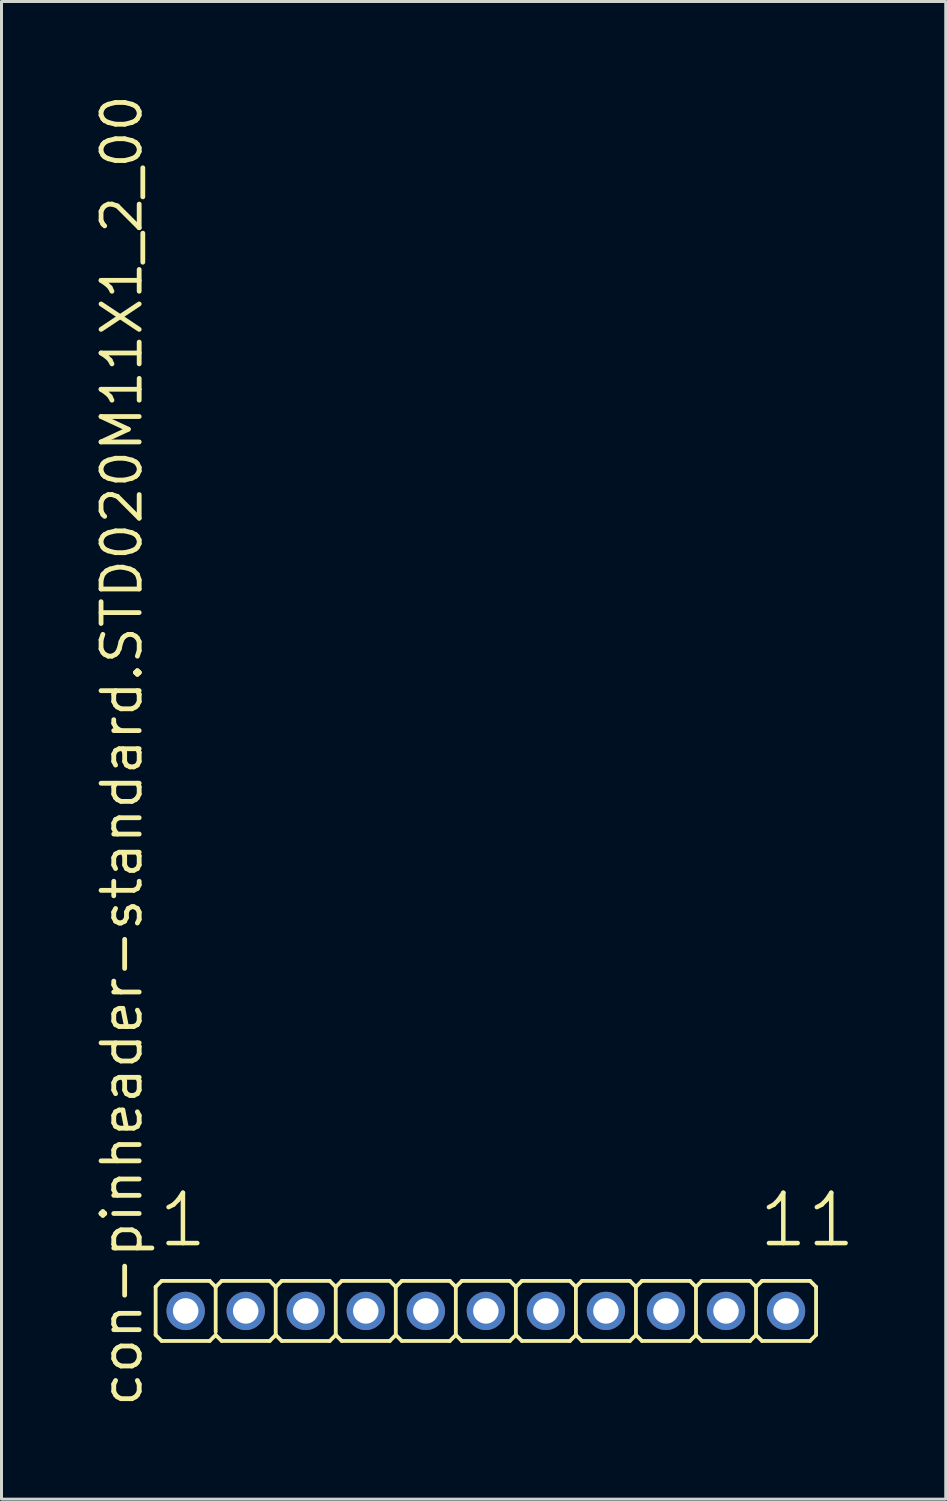
<source format=kicad_pcb>
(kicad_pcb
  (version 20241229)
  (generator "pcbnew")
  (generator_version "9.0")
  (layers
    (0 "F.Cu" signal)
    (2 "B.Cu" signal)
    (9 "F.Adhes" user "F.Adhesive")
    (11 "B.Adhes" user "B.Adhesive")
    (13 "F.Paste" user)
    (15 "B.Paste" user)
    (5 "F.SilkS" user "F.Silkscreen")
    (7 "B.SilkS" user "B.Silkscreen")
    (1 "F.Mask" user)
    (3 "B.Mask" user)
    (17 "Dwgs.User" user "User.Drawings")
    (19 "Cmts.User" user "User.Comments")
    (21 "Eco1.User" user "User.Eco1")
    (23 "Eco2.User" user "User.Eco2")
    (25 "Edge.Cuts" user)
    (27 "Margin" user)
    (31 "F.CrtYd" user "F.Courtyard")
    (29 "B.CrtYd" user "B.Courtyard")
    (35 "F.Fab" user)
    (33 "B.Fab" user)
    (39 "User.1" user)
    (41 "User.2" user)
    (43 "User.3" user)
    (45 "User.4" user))
  (footprint "con-pinheader-standard.STD020M11X1_2_00"
    (layer "F.Cu")
    (at 13.135 40.62)
    (property "Reference" "con-pinheader-standard.STD020M11X1_2_00" (at -11.385 3.27 90) (layer "F.SilkS") (effects (font (size 1.27 1.27) (thickness 0.16)) (justify left bottom)))
    (attr through_hole)
    (fp_line (start -11 0.8) (end -11 -0.8) (stroke (width 0.127) (type default)) (layer "F.SilkS"))
    (fp_line (start -10.8 -1) (end -11 -0.8) (stroke (width 0.127) (type default)) (layer "F.SilkS"))
    (fp_line (start -10.8 -1) (end -9.2 -1) (stroke (width 0.127) (type default)) (layer "F.SilkS"))
    (fp_line (start -10.8 1) (end -11 0.8) (stroke (width 0.127) (type default)) (layer "F.SilkS"))
    (fp_line (start -9.2 -1) (end -9 -0.8) (stroke (width 0.127) (type default)) (layer "F.SilkS"))
    (fp_line (start -9.2 1) (end -10.8 1) (stroke (width 0.127) (type default)) (layer "F.SilkS"))
    (fp_line (start -9.2 1) (end -9 0.8) (stroke (width 0.127) (type default)) (layer "F.SilkS"))
    (fp_line (start -9 -0.8) (end -9 0.7) (stroke (width 0.127) (type default)) (layer "F.SilkS"))
    (fp_line (start -8.8 -1) (end -9 -0.8) (stroke (width 0.127) (type default)) (layer "F.SilkS"))
    (fp_line (start -8.8 -1) (end -7.2 -1) (stroke (width 0.127) (type default)) (layer "F.SilkS"))
    (fp_line (start -8.8 1) (end -9 0.8) (stroke (width 0.127) (type default)) (layer "F.SilkS"))
    (fp_line (start -7.2 -1) (end -7 -0.8) (stroke (width 0.127) (type default)) (layer "F.SilkS"))
    (fp_line (start -7.2 1) (end -8.8 1) (stroke (width 0.127) (type default)) (layer "F.SilkS"))
    (fp_line (start -7.2 1) (end -7 0.8) (stroke (width 0.127) (type default)) (layer "F.SilkS"))
    (fp_line (start -7 -0.8) (end -7 0.8) (stroke (width 0.127) (type default)) (layer "F.SilkS"))
    (fp_line (start -6.8 -1) (end -7 -0.8) (stroke (width 0.127) (type default)) (layer "F.SilkS"))
    (fp_line (start -6.8 -1) (end -5.2 -1) (stroke (width 0.127) (type default)) (layer "F.SilkS"))
    (fp_line (start -6.8 1) (end -7 0.8) (stroke (width 0.127) (type default)) (layer "F.SilkS"))
    (fp_line (start -5.2 -1) (end -5 -0.8) (stroke (width 0.127) (type default)) (layer "F.SilkS"))
    (fp_line (start -5.2 1) (end -6.8 1) (stroke (width 0.127) (type default)) (layer "F.SilkS"))
    (fp_line (start -5.2 1) (end -5 0.8) (stroke (width 0.127) (type default)) (layer "F.SilkS"))
    (fp_line (start -5 -0.8) (end -5 0.8) (stroke (width 0.127) (type default)) (layer "F.SilkS"))
    (fp_line (start -4.8 -1) (end -5 -0.8) (stroke (width 0.127) (type default)) (layer "F.SilkS"))
    (fp_line (start -4.8 -1) (end -3.2 -1) (stroke (width 0.127) (type default)) (layer "F.SilkS"))
    (fp_line (start -4.8 1) (end -5 0.8) (stroke (width 0.127) (type default)) (layer "F.SilkS"))
    (fp_line (start -3.2 -1) (end -3 -0.8) (stroke (width 0.127) (type default)) (layer "F.SilkS"))
    (fp_line (start -3.2 1) (end -4.8 1) (stroke (width 0.127) (type default)) (layer "F.SilkS"))
    (fp_line (start -3.2 1) (end -3 0.8) (stroke (width 0.127) (type default)) (layer "F.SilkS"))
    (fp_line (start -3 -0.8) (end -3 0.8) (stroke (width 0.127) (type default)) (layer "F.SilkS"))
    (fp_line (start -2.8 -1) (end -3 -0.8) (stroke (width 0.127) (type default)) (layer "F.SilkS"))
    (fp_line (start -2.8 -1) (end -1.2 -1) (stroke (width 0.127) (type default)) (layer "F.SilkS"))
    (fp_line (start -2.8 1) (end -3 0.8) (stroke (width 0.127) (type default)) (layer "F.SilkS"))
    (fp_line (start -1.2 -1) (end -1 -0.8) (stroke (width 0.127) (type default)) (layer "F.SilkS"))
    (fp_line (start -1.2 1) (end -2.8 1) (stroke (width 0.127) (type default)) (layer "F.SilkS"))
    (fp_line (start -1.2 1) (end -1 0.8) (stroke (width 0.127) (type default)) (layer "F.SilkS"))
    (fp_line (start -1 -0.8) (end -1 0.8) (stroke (width 0.127) (type default)) (layer "F.SilkS"))
    (fp_line (start -0.8 -1) (end -1 -0.8) (stroke (width 0.127) (type default)) (layer "F.SilkS"))
    (fp_line (start -0.8 -1) (end 0.8 -1) (stroke (width 0.127) (type default)) (layer "F.SilkS"))
    (fp_line (start -0.8 1) (end -1 0.8) (stroke (width 0.127) (type default)) (layer "F.SilkS"))
    (fp_line (start 0.8 -1) (end 1 -0.8) (stroke (width 0.127) (type default)) (layer "F.SilkS"))
    (fp_line (start 0.8 1) (end -0.8 1) (stroke (width 0.127) (type default)) (layer "F.SilkS"))
    (fp_line (start 0.8 1) (end 1 0.8) (stroke (width 0.127) (type default)) (layer "F.SilkS"))
    (fp_line (start 1 -0.8) (end 1 0.8) (stroke (width 0.127) (type default)) (layer "F.SilkS"))
    (fp_line (start 1.2 -1) (end 1 -0.8) (stroke (width 0.127) (type default)) (layer "F.SilkS"))
    (fp_line (start 1.2 -1) (end 2.8 -1) (stroke (width 0.127) (type default)) (layer "F.SilkS"))
    (fp_line (start 1.2 1) (end 1 0.8) (stroke (width 0.127) (type default)) (layer "F.SilkS"))
    (fp_line (start 2.8 -1) (end 3 -0.8) (stroke (width 0.127) (type default)) (layer "F.SilkS"))
    (fp_line (start 2.8 1) (end 1.2 1) (stroke (width 0.127) (type default)) (layer "F.SilkS"))
    (fp_line (start 2.8 1) (end 3 0.8) (stroke (width 0.127) (type default)) (layer "F.SilkS"))
    (fp_line (start 3 -0.8) (end 3 0.8) (stroke (width 0.127) (type default)) (layer "F.SilkS"))
    (fp_line (start 3.2 -1) (end 3 -0.8) (stroke (width 0.127) (type default)) (layer "F.SilkS"))
    (fp_line (start 3.2 -1) (end 4.8 -1) (stroke (width 0.127) (type default)) (layer "F.SilkS"))
    (fp_line (start 3.2 1) (end 3 0.8) (stroke (width 0.127) (type default)) (layer "F.SilkS"))
    (fp_line (start 4.8 -1) (end 5 -0.8) (stroke (width 0.127) (type default)) (layer "F.SilkS"))
    (fp_line (start 4.8 1) (end 3.2 1) (stroke (width 0.127) (type default)) (layer "F.SilkS"))
    (fp_line (start 4.8 1) (end 5 0.8) (stroke (width 0.127) (type default)) (layer "F.SilkS"))
    (fp_line (start 5 -0.8) (end 5 0.8) (stroke (width 0.127) (type default)) (layer "F.SilkS"))
    (fp_line (start 5.2 -1) (end 5 -0.8) (stroke (width 0.127) (type default)) (layer "F.SilkS"))
    (fp_line (start 5.2 -1) (end 6.8 -1) (stroke (width 0.127) (type default)) (layer "F.SilkS"))
    (fp_line (start 5.2 1) (end 5 0.8) (stroke (width 0.127) (type default)) (layer "F.SilkS"))
    (fp_line (start 6.8 -1) (end 7 -0.8) (stroke (width 0.127) (type default)) (layer "F.SilkS"))
    (fp_line (start 6.8 1) (end 5.2 1) (stroke (width 0.127) (type default)) (layer "F.SilkS"))
    (fp_line (start 6.8 1) (end 7 0.8) (stroke (width 0.127) (type default)) (layer "F.SilkS"))
    (fp_line (start 7 -0.8) (end 7 0.8) (stroke (width 0.127) (type default)) (layer "F.SilkS"))
    (fp_line (start 7.2 -1) (end 7 -0.8) (stroke (width 0.127) (type default)) (layer "F.SilkS"))
    (fp_line (start 7.2 -1) (end 8.8 -1) (stroke (width 0.127) (type default)) (layer "F.SilkS"))
    (fp_line (start 7.2 1) (end 7 0.8) (stroke (width 0.127) (type default)) (layer "F.SilkS"))
    (fp_line (start 8.8 -1) (end 9 -0.8) (stroke (width 0.127) (type default)) (layer "F.SilkS"))
    (fp_line (start 8.8 1) (end 7.2 1) (stroke (width 0.127) (type default)) (layer "F.SilkS"))
    (fp_line (start 8.8 1) (end 9 0.8) (stroke (width 0.127) (type default)) (layer "F.SilkS"))
    (fp_line (start 9 -0.8) (end 9 0.8) (stroke (width 0.127) (type default)) (layer "F.SilkS"))
    (fp_line (start 9.2 -1) (end 9 -0.8) (stroke (width 0.127) (type default)) (layer "F.SilkS"))
    (fp_line (start 9.2 -1) (end 10.8 -1) (stroke (width 0.127) (type default)) (layer "F.SilkS"))
    (fp_line (start 9.2 1) (end 9 0.8) (stroke (width 0.127) (type default)) (layer "F.SilkS"))
    (fp_line (start 10.8 -1) (end 11 -0.8) (stroke (width 0.127) (type default)) (layer "F.SilkS"))
    (fp_line (start 10.8 1) (end 9.2 1) (stroke (width 0.127) (type default)) (layer "F.SilkS"))
    (fp_line (start 10.8 1) (end 11 0.8) (stroke (width 0.127) (type default)) (layer "F.SilkS"))
    (fp_line (start 11 -0.8) (end 11 0.8) (stroke (width 0.127) (type default)) (layer "F.SilkS"))
    (fp_rect (start -10.25 0.25) (end -9.75 -0.25) (stroke (width 0.05) (type default)) (fill no) (layer "F.Fab"))
    (fp_rect (start -8.25 0.25) (end -7.75 -0.25) (stroke (width 0.05) (type default)) (fill no) (layer "F.Fab"))
    (fp_rect (start -6.25 0.25) (end -5.75 -0.25) (stroke (width 0.05) (type default)) (fill no) (layer "F.Fab"))
    (fp_rect (start -4.25 0.25) (end -3.75 -0.25) (stroke (width 0.05) (type default)) (fill no) (layer "F.Fab"))
    (fp_rect (start -2.25 0.25) (end -1.75 -0.25) (stroke (width 0.05) (type default)) (fill no) (layer "F.Fab"))
    (fp_rect (start -0.25 0.25) (end 0.25 -0.25) (stroke (width 0.05) (type default)) (fill no) (layer "F.Fab"))
    (fp_rect (start 1.75 0.25) (end 2.25 -0.25) (stroke (width 0.05) (type default)) (fill no) (layer "F.Fab"))
    (fp_rect (start 3.75 0.25) (end 4.25 -0.25) (stroke (width 0.05) (type default)) (fill no) (layer "F.Fab"))
    (fp_rect (start 5.75 0.25) (end 6.25 -0.25) (stroke (width 0.05) (type default)) (fill no) (layer "F.Fab"))
    (fp_rect (start 7.75 0.25) (end 8.25 -0.25) (stroke (width 0.05) (type default)) (fill no) (layer "F.Fab"))
    (fp_rect (start 9.75 0.25) (end 10.25 -0.25) (stroke (width 0.05) (type default)) (fill no) (layer "F.Fab"))
    (fp_text user "1" (at -10.988 -2.048 0) (layer "F.SilkS") (effects (font (size 1.676 1.676) (thickness 0.15)) (justify left bottom)))
    (fp_text user "11" (at 9.012 -2.048 0) (layer "F.SilkS") (effects (font (size 1.676 1.676) (thickness 0.15)) (justify left bottom)))
    (pad "1" thru_hole circle (at -10 0) (size 1.275 1.275) (drill 0.85) (layers "*.Cu" "*.Mask"))
    (pad "2" thru_hole circle (at -8 0) (size 1.275 1.275) (drill 0.85) (layers "*.Cu" "*.Mask"))
    (pad "3" thru_hole circle (at -6 0) (size 1.275 1.275) (drill 0.85) (layers "*.Cu" "*.Mask"))
    (pad "4" thru_hole circle (at -4 0) (size 1.275 1.275) (drill 0.85) (layers "*.Cu" "*.Mask"))
    (pad "5" thru_hole circle (at -2 0) (size 1.275 1.275) (drill 0.85) (layers "*.Cu" "*.Mask"))
    (pad "6" thru_hole circle (at 0 0) (size 1.275 1.275) (drill 0.85) (layers "*.Cu" "*.Mask"))
    (pad "7" thru_hole circle (at 2 0) (size 1.275 1.275) (drill 0.85) (layers "*.Cu" "*.Mask"))
    (pad "8" thru_hole circle (at 4 0) (size 1.275 1.275) (drill 0.85) (layers "*.Cu" "*.Mask"))
    (pad "9" thru_hole circle (at 6 0) (size 1.275 1.275) (drill 0.85) (layers "*.Cu" "*.Mask"))
    (pad "10" thru_hole circle (at 8 0) (size 1.275 1.275) (drill 0.85) (layers "*.Cu" "*.Mask"))
    (pad "11" thru_hole circle (at 10 0) (size 1.275 1.275) (drill 0.85) (layers "*.Cu" "*.Mask")))
  (gr_rect
    (start -3 -3)
    (end 28.455 46.89)
    (stroke (width 0.1) (type default))
    (fill no)
    (layer "Edge.Cuts")))
</source>
